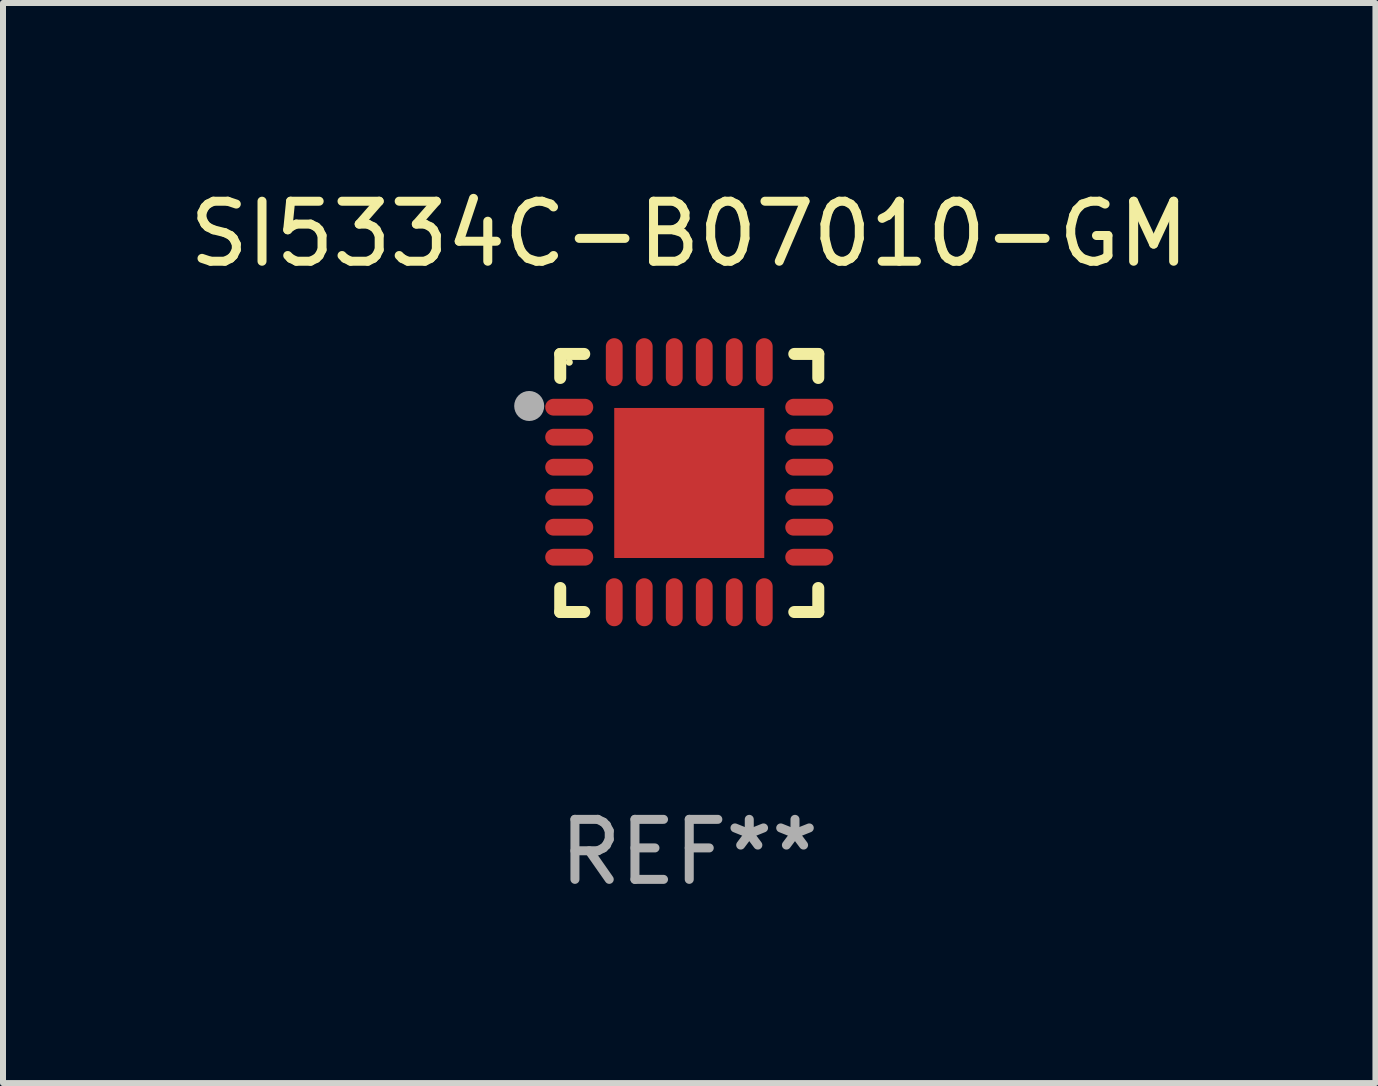
<source format=kicad_pcb>
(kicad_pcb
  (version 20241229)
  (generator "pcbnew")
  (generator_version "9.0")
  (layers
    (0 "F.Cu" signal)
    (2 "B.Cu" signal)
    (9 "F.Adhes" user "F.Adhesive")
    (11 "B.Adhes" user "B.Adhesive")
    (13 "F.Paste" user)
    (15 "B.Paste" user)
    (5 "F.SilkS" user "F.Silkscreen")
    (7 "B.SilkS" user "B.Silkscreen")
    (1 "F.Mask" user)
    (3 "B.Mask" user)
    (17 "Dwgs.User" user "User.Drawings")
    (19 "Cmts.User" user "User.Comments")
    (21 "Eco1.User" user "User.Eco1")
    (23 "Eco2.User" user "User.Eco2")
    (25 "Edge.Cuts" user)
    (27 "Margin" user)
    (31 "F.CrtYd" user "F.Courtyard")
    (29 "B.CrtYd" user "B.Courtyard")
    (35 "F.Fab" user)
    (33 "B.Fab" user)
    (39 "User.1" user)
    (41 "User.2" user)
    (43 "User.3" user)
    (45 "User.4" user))
  (footprint "SI5334C-B07010-GM"
    (layer "F.Cu")
    (at 8.435 4.998)
    (property "Reference" "SI5334C-B07010-GM" (at 0 -4.15 0) (layer "F.SilkS") (effects (font (size 1 1) (thickness 0.15))))
    (attr through_hole)
    (fp_line (start -2.15 -2.15) (end -1.75 -2.15) (stroke (width 0.2) (type solid)) (layer "F.SilkS"))
    (fp_line (start -2.15 -1.75) (end -2.15 -2.15) (stroke (width 0.2) (type solid)) (layer "F.SilkS"))
    (fp_line (start -2.15 2.15) (end -2.15 1.75) (stroke (width 0.2) (type solid)) (layer "F.SilkS"))
    (fp_line (start -1.75 2.15) (end -2.15 2.15) (stroke (width 0.2) (type solid)) (layer "F.SilkS"))
    (fp_line (start 1.75 -2.15) (end 2.15 -2.15) (stroke (width 0.2) (type solid)) (layer "F.SilkS"))
    (fp_line (start 1.75 2.15) (end 2.15 2.15) (stroke (width 0.2) (type solid)) (layer "F.SilkS"))
    (fp_line (start 2.15 -2.15) (end 2.15 -1.75) (stroke (width 0.2) (type solid)) (layer "F.SilkS"))
    (fp_line (start 2.15 2.15) (end 2.15 1.75) (stroke (width 0.2) (type solid)) (layer "F.SilkS"))
    (fp_circle (center -2 -2.013) (end -1.97 -2.013) (stroke (width 0.06) (type solid)) (fill no) (layer "F.SilkS"))
    (fp_circle (center -2.667 -1.283) (end -2.542 -1.283) (stroke (width 0.25) (type solid)) (fill no) (layer "F.Fab"))
    (fp_text user "REF**" (at 0 6.15 0) (layer "F.Fab") (effects (font (size 1 1) (thickness 0.15))))
    (pad "1" smd oval (at -2 -1.263) (size 0.8 0.28) (layers "F.Cu" "F.Mask" "F.Paste"))
    (pad "2" smd oval (at -2 -0.763) (size 0.8 0.28) (layers "F.Cu" "F.Mask" "F.Paste"))
    (pad "3" smd oval (at -2 -0.263) (size 0.8 0.28) (layers "F.Cu" "F.Mask" "F.Paste"))
    (pad "4" smd oval (at -2 0.237) (size 0.8 0.28) (layers "F.Cu" "F.Mask" "F.Paste"))
    (pad "5" smd oval (at -2 0.737) (size 0.8 0.28) (layers "F.Cu" "F.Mask" "F.Paste"))
    (pad "6" smd oval (at -2 1.237) (size 0.8 0.28) (layers "F.Cu" "F.Mask" "F.Paste"))
    (pad "7" smd oval (at -1.25 1.987) (size 0.28 0.8) (layers "F.Cu" "F.Mask" "F.Paste"))
    (pad "8" smd oval (at -0.75 1.987) (size 0.28 0.8) (layers "F.Cu" "F.Mask" "F.Paste"))
    (pad "9" smd oval (at -0.25 1.987) (size 0.28 0.8) (layers "F.Cu" "F.Mask" "F.Paste"))
    (pad "10" smd oval (at 0.25 1.987) (size 0.28 0.8) (layers "F.Cu" "F.Mask" "F.Paste"))
    (pad "11" smd oval (at 0.75 1.987) (size 0.28 0.8) (layers "F.Cu" "F.Mask" "F.Paste"))
    (pad "12" smd oval (at 1.25 1.987) (size 0.28 0.8) (layers "F.Cu" "F.Mask" "F.Paste"))
    (pad "13" smd oval (at 2 1.237) (size 0.8 0.28) (layers "F.Cu" "F.Mask" "F.Paste"))
    (pad "14" smd oval (at 2 0.737) (size 0.8 0.28) (layers "F.Cu" "F.Mask" "F.Paste"))
    (pad "15" smd oval (at 2 0.237) (size 0.8 0.28) (layers "F.Cu" "F.Mask" "F.Paste"))
    (pad "16" smd oval (at 2 -0.263) (size 0.8 0.28) (layers "F.Cu" "F.Mask" "F.Paste"))
    (pad "17" smd oval (at 2 -0.763) (size 0.8 0.28) (layers "F.Cu" "F.Mask" "F.Paste"))
    (pad "18" smd oval (at 2 -1.263) (size 0.8 0.28) (layers "F.Cu" "F.Mask" "F.Paste"))
    (pad "19" smd oval (at 1.25 -2.013) (size 0.28 0.8) (layers "F.Cu" "F.Mask" "F.Paste"))
    (pad "20" smd oval (at 0.75 -2.013) (size 0.28 0.8) (layers "F.Cu" "F.Mask" "F.Paste"))
    (pad "21" smd oval (at 0.25 -2.013) (size 0.28 0.8) (layers "F.Cu" "F.Mask" "F.Paste"))
    (pad "22" smd oval (at -0.25 -2.013) (size 0.28 0.8) (layers "F.Cu" "F.Mask" "F.Paste"))
    (pad "23" smd oval (at -0.75 -2.013) (size 0.28 0.8) (layers "F.Cu" "F.Mask" "F.Paste"))
    (pad "24" smd oval (at -1.25 -2.013) (size 0.28 0.8) (layers "F.Cu" "F.Mask" "F.Paste"))
    (pad "25" smd rect (at -0.000127 -0.00014) (size 2.5 2.5) (layers "F.Cu" "F.Mask" "F.Paste")))
  (gr_rect
    (start -3 -3)
    (end 19.869 14.997)
    (stroke (width 0.1) (type default))
    (fill no)
    (layer "Edge.Cuts")))
</source>
